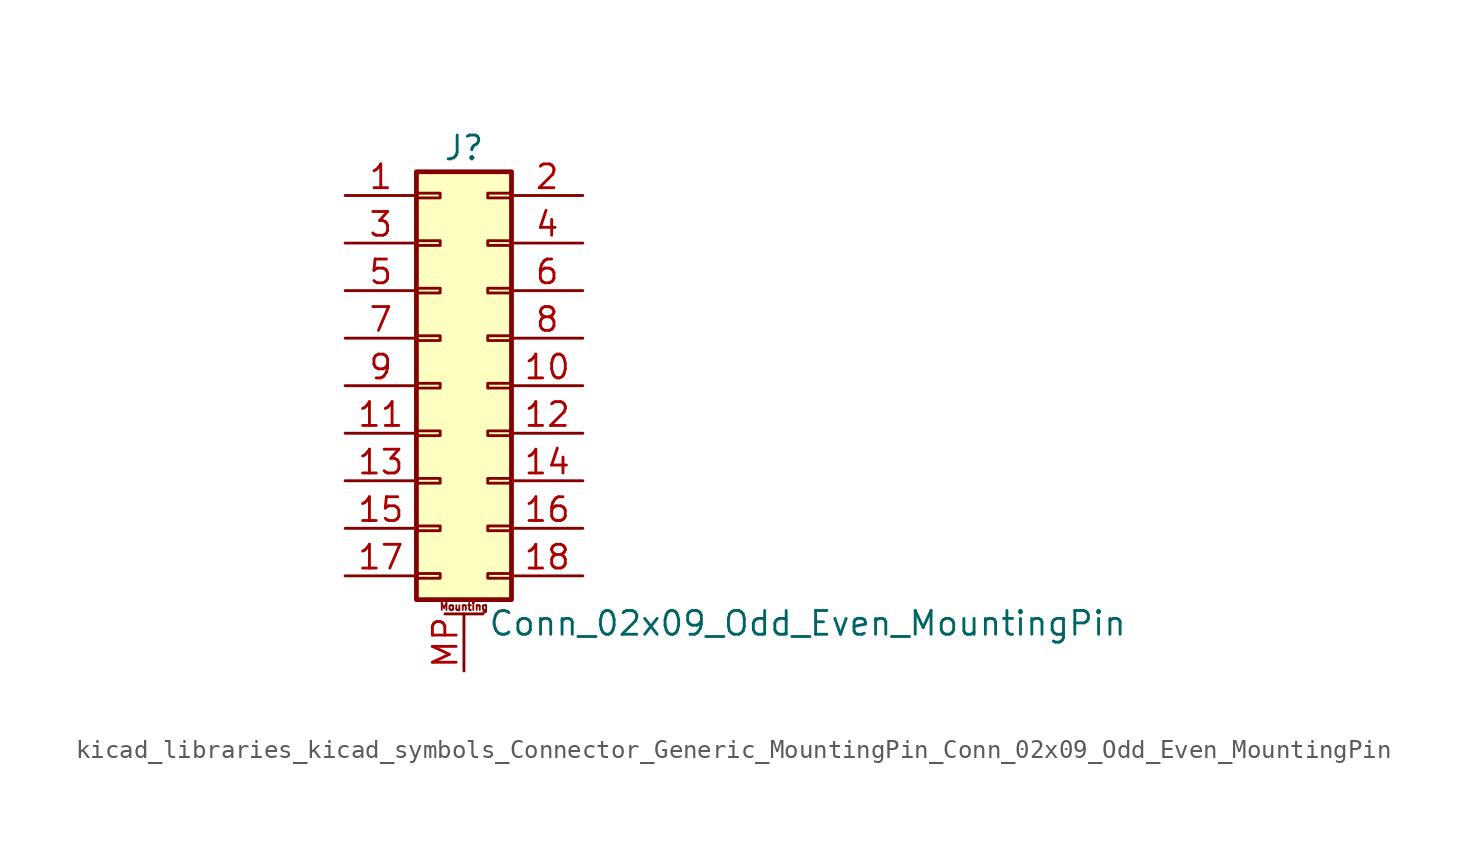
<source format=kicad_sym>
(kicad_symbol_lib
  (version 20220914)
  (generator kicad_symbol_editor)
  (symbol "kicad_libraries_kicad_symbols_Connector_Generic_MountingPin_Conn_02x09_Odd_Even_MountingPin"
    (pin_names
      (offset 1.016) hide)
    (property "Reference" "J"
      (at 1.27 12.7 0)
      (effects (font (size 1.27 1.27))))
    (property "Value" "Conn_02x09_Odd_Even_MountingPin"
      (at 2.54 -12.7 0)
      (effects (font (size 1.27 1.27)) (justify left)))
    (symbol "kicad_libraries_kicad_symbols_Connector_Generic_MountingPin_Conn_02x09_Odd_Even_MountingPin_1_1"
      (rectangle (start -1.27 -10.033) (end 0 -10.287) (stroke (width 0.152) (type default)) (fill (type none)))
      (rectangle (start -1.27 -7.493) (end 0 -7.747) (stroke (width 0.152) (type default)) (fill (type none)))
      (rectangle (start -1.27 -4.953) (end 0 -5.207) (stroke (width 0.152) (type default)) (fill (type none)))
      (rectangle (start -1.27 -2.413) (end 0 -2.667) (stroke (width 0.152) (type default)) (fill (type none)))
      (rectangle (start -1.27 0.127) (end 0 -0.127) (stroke (width 0.152) (type default)) (fill (type none)))
      (rectangle (start -1.27 2.667) (end 0 2.413) (stroke (width 0.152) (type default)) (fill (type none)))
      (rectangle (start -1.27 5.207) (end 0 4.953) (stroke (width 0.152) (type default)) (fill (type none)))
      (rectangle (start -1.27 7.747) (end 0 7.493) (stroke (width 0.152) (type default)) (fill (type none)))
      (rectangle (start -1.27 10.287) (end 0 10.033) (stroke (width 0.152) (type default)) (fill (type none)))
      (rectangle (start -1.27 11.43) (end 3.81 -11.43) (stroke (width 0.254) (type default)) (fill (type background)))
      (polyline (pts (xy 0.254 -12.192) (xy 2.286 -12.192)) (stroke (width 0.152) (type default)) (fill (type none)))
      (rectangle (start 3.81 -10.033) (end 2.54 -10.287) (stroke (width 0.152) (type default)) (fill (type none)))
      (rectangle (start 3.81 -7.493) (end 2.54 -7.747) (stroke (width 0.152) (type default)) (fill (type none)))
      (rectangle (start 3.81 -4.953) (end 2.54 -5.207) (stroke (width 0.152) (type default)) (fill (type none)))
      (rectangle (start 3.81 -2.413) (end 2.54 -2.667) (stroke (width 0.152) (type default)) (fill (type none)))
      (rectangle (start 3.81 0.127) (end 2.54 -0.127) (stroke (width 0.152) (type default)) (fill (type none)))
      (rectangle (start 3.81 2.667) (end 2.54 2.413) (stroke (width 0.152) (type default)) (fill (type none)))
      (rectangle (start 3.81 5.207) (end 2.54 4.953) (stroke (width 0.152) (type default)) (fill (type none)))
      (rectangle (start 3.81 7.747) (end 2.54 7.493) (stroke (width 0.152) (type default)) (fill (type none)))
      (rectangle (start 3.81 10.287) (end 2.54 10.033) (stroke (width 0.152) (type default)) (fill (type none)))
      (text "Mounting" (at 1.27 -11.811 0) (effects (font (size 0.381 0.381))))
      (pin passive line (at -5.08 10.16 0) (length 3.81) (name "Pin_1" (effects (font (size 1.27 1.27)))) (number "1" (effects (font (size 1.27 1.27)))))
      (pin passive line (at 7.62 0 180) (length 3.81) (name "Pin_10" (effects (font (size 1.27 1.27)))) (number "10" (effects (font (size 1.27 1.27)))))
      (pin passive line (at -5.08 -2.54 0) (length 3.81) (name "Pin_11" (effects (font (size 1.27 1.27)))) (number "11" (effects (font (size 1.27 1.27)))))
      (pin passive line (at 7.62 -2.54 180) (length 3.81) (name "Pin_12" (effects (font (size 1.27 1.27)))) (number "12" (effects (font (size 1.27 1.27)))))
      (pin passive line (at -5.08 -5.08 0) (length 3.81) (name "Pin_13" (effects (font (size 1.27 1.27)))) (number "13" (effects (font (size 1.27 1.27)))))
      (pin passive line (at 7.62 -5.08 180) (length 3.81) (name "Pin_14" (effects (font (size 1.27 1.27)))) (number "14" (effects (font (size 1.27 1.27)))))
      (pin passive line (at -5.08 -7.62 0) (length 3.81) (name "Pin_15" (effects (font (size 1.27 1.27)))) (number "15" (effects (font (size 1.27 1.27)))))
      (pin passive line (at 7.62 -7.62 180) (length 3.81) (name "Pin_16" (effects (font (size 1.27 1.27)))) (number "16" (effects (font (size 1.27 1.27)))))
      (pin passive line (at -5.08 -10.16 0) (length 3.81) (name "Pin_17" (effects (font (size 1.27 1.27)))) (number "17" (effects (font (size 1.27 1.27)))))
      (pin passive line (at 7.62 -10.16 180) (length 3.81) (name "Pin_18" (effects (font (size 1.27 1.27)))) (number "18" (effects (font (size 1.27 1.27)))))
      (pin passive line (at 7.62 10.16 180) (length 3.81) (name "Pin_2" (effects (font (size 1.27 1.27)))) (number "2" (effects (font (size 1.27 1.27)))))
      (pin passive line (at -5.08 7.62 0) (length 3.81) (name "Pin_3" (effects (font (size 1.27 1.27)))) (number "3" (effects (font (size 1.27 1.27)))))
      (pin passive line (at 7.62 7.62 180) (length 3.81) (name "Pin_4" (effects (font (size 1.27 1.27)))) (number "4" (effects (font (size 1.27 1.27)))))
      (pin passive line (at -5.08 5.08 0) (length 3.81) (name "Pin_5" (effects (font (size 1.27 1.27)))) (number "5" (effects (font (size 1.27 1.27)))))
      (pin passive line (at 7.62 5.08 180) (length 3.81) (name "Pin_6" (effects (font (size 1.27 1.27)))) (number "6" (effects (font (size 1.27 1.27)))))
      (pin passive line (at -5.08 2.54 0) (length 3.81) (name "Pin_7" (effects (font (size 1.27 1.27)))) (number "7" (effects (font (size 1.27 1.27)))))
      (pin passive line (at 7.62 2.54 180) (length 3.81) (name "Pin_8" (effects (font (size 1.27 1.27)))) (number "8" (effects (font (size 1.27 1.27)))))
      (pin passive line (at -5.08 0 0) (length 3.81) (name "Pin_9" (effects (font (size 1.27 1.27)))) (number "9" (effects (font (size 1.27 1.27)))))
      (pin passive line (at 1.27 -15.24 90) (length 3.048) (name "MountPin" (effects (font (size 1.27 1.27)))) (number "MP" (effects (font (size 1.27 1.27))))))))
</source>
